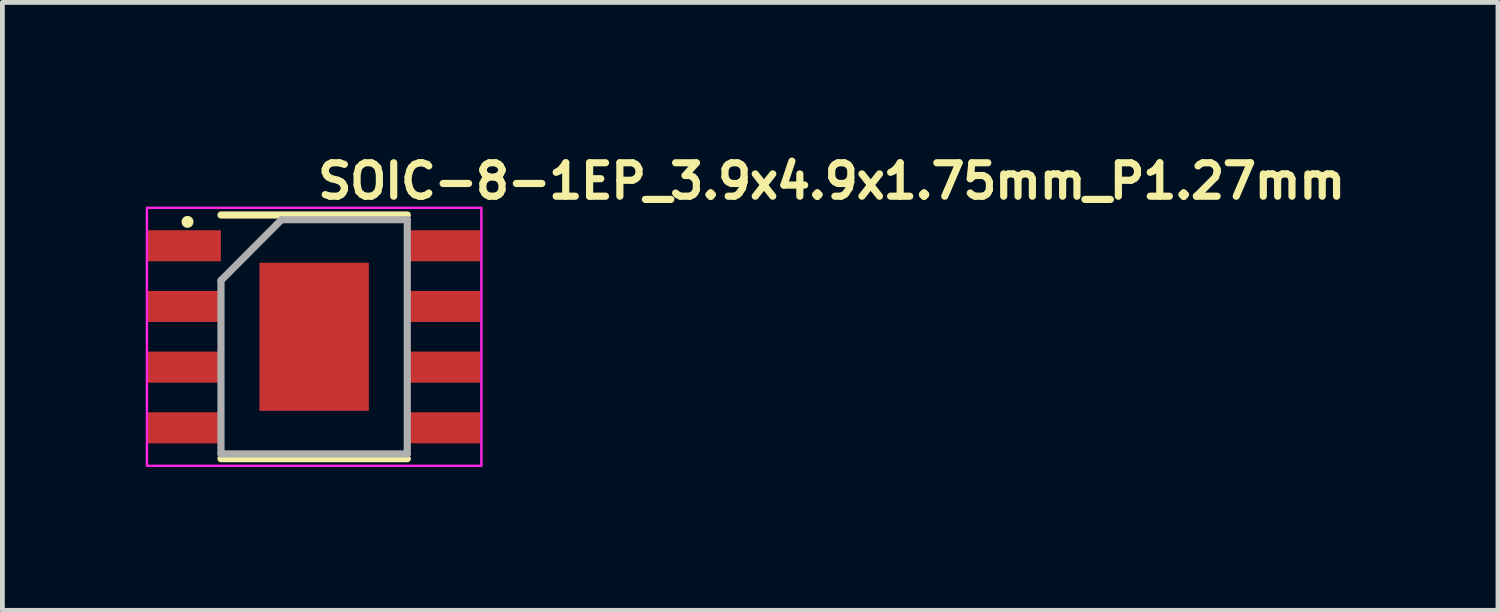
<source format=kicad_pcb>
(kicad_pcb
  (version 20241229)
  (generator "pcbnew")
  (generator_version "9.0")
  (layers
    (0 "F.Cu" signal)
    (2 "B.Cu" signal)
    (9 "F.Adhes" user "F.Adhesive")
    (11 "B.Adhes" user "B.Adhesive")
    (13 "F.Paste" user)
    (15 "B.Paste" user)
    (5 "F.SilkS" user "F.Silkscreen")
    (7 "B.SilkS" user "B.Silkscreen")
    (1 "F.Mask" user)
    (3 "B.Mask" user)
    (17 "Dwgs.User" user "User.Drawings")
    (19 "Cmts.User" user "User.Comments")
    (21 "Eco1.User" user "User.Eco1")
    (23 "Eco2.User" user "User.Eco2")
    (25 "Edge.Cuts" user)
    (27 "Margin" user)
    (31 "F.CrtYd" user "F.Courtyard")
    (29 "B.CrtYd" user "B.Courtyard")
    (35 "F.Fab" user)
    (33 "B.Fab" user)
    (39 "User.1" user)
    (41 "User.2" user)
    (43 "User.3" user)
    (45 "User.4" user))
  (footprint "SOIC-8-1EP_3.9x4.9x1.75mm_P1.27mm"
    (layer "F.Cu")
    (at 3.525 3.999)
    (property "Reference" "SOIC-8-1EP_3.9x4.9x1.75mm_P1.27mm" (at 0 -2.849 0) (layer "F.SilkS") (effects (font (size 0.7 0.7) (thickness 0.15)) (justify left bottom)))
    (attr smd)
    (fp_line (start 1.95 -2.549) (end -1.95 -2.549) (stroke (width 0.15) (type solid)) (layer "F.SilkS"))
    (fp_line (start 1.95 2.551) (end -1.95 2.551) (stroke (width 0.15) (type solid)) (layer "F.SilkS"))
    (fp_circle (center -2.65 -2.405) (end -2.6 -2.405) (stroke (width 0.15) (type solid)) (fill yes) (layer "F.SilkS"))
    (fp_rect (start -3.5 -2.7) (end 3.5 2.7) (stroke (width 0.05) (type solid)) (fill no) (layer "F.CrtYd"))
    (fp_line (start -1.95 -1.179) (end -0.683 -2.451) (stroke (width 0.15) (type solid)) (layer "F.Fab"))
    (fp_line (start -1.95 2.451) (end -1.95 -1.179) (stroke (width 0.15) (type solid)) (layer "F.Fab"))
    (fp_line (start -0.683 -2.451) (end 1.949 -2.451) (stroke (width 0.15) (type solid)) (layer "F.Fab"))
    (fp_line (start 1.949 -2.451) (end 1.949 2.451) (stroke (width 0.15) (type solid)) (layer "F.Fab"))
    (fp_line (start 1.949 2.451) (end -1.95 2.451) (stroke (width 0.15) (type solid)) (layer "F.Fab"))
    (fp_rect (start -3 -2.451) (end 2.999 2.451) (stroke (width 0.1) (type solid)) (fill no) (layer "User.5"))
    (fp_line (start -3 -2.109) (end -2.753 -2.109) (stroke (width 0.02) (type solid)) (layer "User.9"))
    (fp_line (start -3 -1.699) (end -3 -2.109) (stroke (width 0.02) (type solid)) (layer "User.9"))
    (fp_line (start -3 -1.699) (end -2.753 -1.699) (stroke (width 0.02) (type solid)) (layer "User.9"))
    (fp_line (start -3 -0.839) (end -2.753 -0.839) (stroke (width 0.02) (type solid)) (layer "User.9"))
    (fp_line (start -3 -0.429) (end -3 -0.839) (stroke (width 0.02) (type solid)) (layer "User.9"))
    (fp_line (start -3 -0.429) (end -2.753 -0.429) (stroke (width 0.02) (type solid)) (layer "User.9"))
    (fp_line (start -3 0.429) (end -2.753 0.429) (stroke (width 0.02) (type solid)) (layer "User.9"))
    (fp_line (start -3 0.839) (end -3 0.429) (stroke (width 0.02) (type solid)) (layer "User.9"))
    (fp_line (start -3 0.839) (end -2.753 0.839) (stroke (width 0.02) (type solid)) (layer "User.9"))
    (fp_line (start -3 1.7) (end -2.753 1.7) (stroke (width 0.02) (type solid)) (layer "User.9"))
    (fp_line (start -3 2.109) (end -3 1.7) (stroke (width 0.02) (type solid)) (layer "User.9"))
    (fp_line (start -3 2.109) (end -2.753 2.109) (stroke (width 0.02) (type solid)) (layer "User.9"))
    (fp_line (start -2.753 -2.109) (end -2.672 -2.109) (stroke (width 0.02) (type solid)) (layer "User.9"))
    (fp_line (start -2.753 -1.699) (end -2.672 -1.699) (stroke (width 0.02) (type solid)) (layer "User.9"))
    (fp_line (start -2.753 -0.839) (end -2.672 -0.839) (stroke (width 0.02) (type solid)) (layer "User.9"))
    (fp_line (start -2.753 -0.429) (end -2.672 -0.429) (stroke (width 0.02) (type solid)) (layer "User.9"))
    (fp_line (start -2.753 0.429) (end -2.672 0.429) (stroke (width 0.02) (type solid)) (layer "User.9"))
    (fp_line (start -2.753 0.839) (end -2.672 0.839) (stroke (width 0.02) (type solid)) (layer "User.9"))
    (fp_line (start -2.753 1.7) (end -2.672 1.7) (stroke (width 0.02) (type solid)) (layer "User.9"))
    (fp_line (start -2.753 2.109) (end -2.672 2.109) (stroke (width 0.02) (type solid)) (layer "User.9"))
    (fp_line (start -2.672 -2.109) (end -2.145 -2.109) (stroke (width 0.02) (type solid)) (layer "User.9"))
    (fp_line (start -2.672 -1.699) (end -2.145 -1.699) (stroke (width 0.02) (type solid)) (layer "User.9"))
    (fp_line (start -2.672 -0.839) (end -2.145 -0.839) (stroke (width 0.02) (type solid)) (layer "User.9"))
    (fp_line (start -2.672 -0.429) (end -2.145 -0.429) (stroke (width 0.02) (type solid)) (layer "User.9"))
    (fp_line (start -2.672 0.429) (end -2.145 0.429) (stroke (width 0.02) (type solid)) (layer "User.9"))
    (fp_line (start -2.672 0.839) (end -2.145 0.839) (stroke (width 0.02) (type solid)) (layer "User.9"))
    (fp_line (start -2.672 1.7) (end -2.145 1.7) (stroke (width 0.02) (type solid)) (layer "User.9"))
    (fp_line (start -2.672 2.109) (end -2.145 2.109) (stroke (width 0.02) (type solid)) (layer "User.9"))
    (fp_line (start -2.145 -2.109) (end -2.064 -2.109) (stroke (width 0.02) (type solid)) (layer "User.9"))
    (fp_line (start -2.145 -1.699) (end -2.064 -1.699) (stroke (width 0.02) (type solid)) (layer "User.9"))
    (fp_line (start -2.145 -0.839) (end -2.064 -0.839) (stroke (width 0.02) (type solid)) (layer "User.9"))
    (fp_line (start -2.145 -0.429) (end -2.064 -0.429) (stroke (width 0.02) (type solid)) (layer "User.9"))
    (fp_line (start -2.145 0.429) (end -2.064 0.429) (stroke (width 0.02) (type solid)) (layer "User.9"))
    (fp_line (start -2.145 0.839) (end -2.064 0.839) (stroke (width 0.02) (type solid)) (layer "User.9"))
    (fp_line (start -2.145 1.7) (end -2.064 1.7) (stroke (width 0.02) (type solid)) (layer "User.9"))
    (fp_line (start -2.145 2.109) (end -2.064 2.109) (stroke (width 0.02) (type solid)) (layer "User.9"))
    (fp_line (start -2.064 -2.109) (end -1.95 -2.109) (stroke (width 0.02) (type solid)) (layer "User.9"))
    (fp_line (start -2.064 -1.699) (end -1.95 -1.699) (stroke (width 0.02) (type solid)) (layer "User.9"))
    (fp_line (start -2.064 -0.839) (end -1.95 -0.839) (stroke (width 0.02) (type solid)) (layer "User.9"))
    (fp_line (start -2.064 -0.429) (end -1.95 -0.429) (stroke (width 0.02) (type solid)) (layer "User.9"))
    (fp_line (start -2.064 0.429) (end -1.95 0.429) (stroke (width 0.02) (type solid)) (layer "User.9"))
    (fp_line (start -2.064 0.839) (end -1.95 0.839) (stroke (width 0.02) (type solid)) (layer "User.9"))
    (fp_line (start -2.064 1.7) (end -1.95 1.7) (stroke (width 0.02) (type solid)) (layer "User.9"))
    (fp_line (start -2.064 2.109) (end -1.95 2.109) (stroke (width 0.02) (type solid)) (layer "User.9"))
    (fp_line (start -1.95 -2.451) (end -1.859 -2.358) (stroke (width 0.02) (type solid)) (layer "User.9"))
    (fp_line (start -1.95 -2.451) (end 1.949 -2.451) (stroke (width 0.02) (type solid)) (layer "User.9"))
    (fp_line (start -1.95 -1.699) (end -1.95 -2.109) (stroke (width 0.02) (type solid)) (layer "User.9"))
    (fp_line (start -1.95 -0.429) (end -1.95 -0.839) (stroke (width 0.02) (type solid)) (layer "User.9"))
    (fp_line (start -1.95 0.839) (end -1.95 0.429) (stroke (width 0.02) (type solid)) (layer "User.9"))
    (fp_line (start -1.95 2.109) (end -1.95 1.7) (stroke (width 0.02) (type solid)) (layer "User.9"))
    (fp_line (start -1.95 2.451) (end -1.95 -2.451) (stroke (width 0.02) (type solid)) (layer "User.9"))
    (fp_line (start -1.95 2.451) (end -1.859 2.359) (stroke (width 0.02) (type solid)) (layer "User.9"))
    (fp_line (start -1.95 2.451) (end 1.949 2.451) (stroke (width 0.02) (type solid)) (layer "User.9"))
    (fp_line (start -1.859 -2.358) (end -1.809 -2.309) (stroke (width 0.02) (type solid)) (layer "User.9"))
    (fp_line (start -1.859 2.359) (end -1.809 2.308) (stroke (width 0.02) (type solid)) (layer "User.9"))
    (fp_line (start -1.559 -1.84) (end -1.559 -1.828) (stroke (width 0.02) (type solid)) (layer "User.9"))
    (fp_line (start -1.559 -1.828) (end -1.559 -1.814) (stroke (width 0.02) (type solid)) (layer "User.9"))
    (fp_line (start -1.559 -1.814) (end -1.559 -1.814) (stroke (width 0.02) (type solid)) (layer "User.9"))
    (fp_line (start -1.559 -1.814) (end -1.559 -1.802) (stroke (width 0.02) (type solid)) (layer "User.9"))
    (fp_line (start -1.559 -1.802) (end -1.559 -1.791) (stroke (width 0.02) (type solid)) (layer "User.9"))
    (fp_line (start -1.559 -1.791) (end -1.557 -1.777) (stroke (width 0.02) (type solid)) (layer "User.9"))
    (fp_line (start -1.557 -1.852) (end -1.559 -1.84) (stroke (width 0.02) (type solid)) (layer "User.9"))
    (fp_line (start -1.557 -1.777) (end -1.555 -1.765) (stroke (width 0.02) (type solid)) (layer "User.9"))
    (fp_line (start -1.555 -1.864) (end -1.557 -1.852) (stroke (width 0.02) (type solid)) (layer "User.9"))
    (fp_line (start -1.555 -1.765) (end -1.553 -1.755) (stroke (width 0.02) (type solid)) (layer "User.9"))
    (fp_line (start -1.553 -1.876) (end -1.555 -1.864) (stroke (width 0.02) (type solid)) (layer "User.9"))
    (fp_line (start -1.553 -1.755) (end -1.549 -1.743) (stroke (width 0.02) (type solid)) (layer "User.9"))
    (fp_line (start -1.549 -1.888) (end -1.553 -1.876) (stroke (width 0.02) (type solid)) (layer "User.9"))
    (fp_line (start -1.549 -1.743) (end -1.545 -1.731) (stroke (width 0.02) (type solid)) (layer "User.9"))
    (fp_line (start -1.545 -1.898) (end -1.549 -1.888) (stroke (width 0.02) (type solid)) (layer "User.9"))
    (fp_line (start -1.545 -1.731) (end -1.541 -1.721) (stroke (width 0.02) (type solid)) (layer "User.9"))
    (fp_line (start -1.541 -1.91) (end -1.545 -1.898) (stroke (width 0.02) (type solid)) (layer "User.9"))
    (fp_line (start -1.541 -1.721) (end -1.536 -1.709) (stroke (width 0.02) (type solid)) (layer "User.9"))
    (fp_line (start -1.536 -1.921) (end -1.541 -1.91) (stroke (width 0.02) (type solid)) (layer "User.9"))
    (fp_line (start -1.536 -1.709) (end -1.53 -1.699) (stroke (width 0.02) (type solid)) (layer "User.9"))
    (fp_line (start -1.53 -1.931) (end -1.536 -1.921) (stroke (width 0.02) (type solid)) (layer "User.9"))
    (fp_line (start -1.53 -1.699) (end -1.524 -1.689) (stroke (width 0.02) (type solid)) (layer "User.9"))
    (fp_line (start -1.524 -1.941) (end -1.53 -1.931) (stroke (width 0.02) (type solid)) (layer "User.9"))
    (fp_line (start -1.524 -1.689) (end -1.518 -1.679) (stroke (width 0.02) (type solid)) (layer "User.9"))
    (fp_line (start -1.518 -1.951) (end -1.524 -1.941) (stroke (width 0.02) (type solid)) (layer "User.9"))
    (fp_line (start -1.518 -1.679) (end -1.512 -1.669) (stroke (width 0.02) (type solid)) (layer "User.9"))
    (fp_line (start -1.512 -1.961) (end -1.518 -1.951) (stroke (width 0.02) (type solid)) (layer "User.9"))
    (fp_line (start -1.512 -1.669) (end -1.504 -1.66) (stroke (width 0.02) (type solid)) (layer "User.9"))
    (fp_line (start -1.504 -1.971) (end -1.512 -1.961) (stroke (width 0.02) (type solid)) (layer "User.9"))
    (fp_line (start -1.504 -1.66) (end -1.496 -1.652) (stroke (width 0.02) (type solid)) (layer "User.9"))
    (fp_line (start -1.496 -1.979) (end -1.504 -1.971) (stroke (width 0.02) (type solid)) (layer "User.9"))
    (fp_line (start -1.496 -1.652) (end -1.488 -1.642) (stroke (width 0.02) (type solid)) (layer "User.9"))
    (fp_line (start -1.488 -1.987) (end -1.496 -1.979) (stroke (width 0.02) (type solid)) (layer "User.9"))
    (fp_line (start -1.488 -1.642) (end -1.48 -1.634) (stroke (width 0.02) (type solid)) (layer "User.9"))
    (fp_line (start -1.48 -1.995) (end -1.488 -1.987) (stroke (width 0.02) (type solid)) (layer "User.9"))
    (fp_line (start -1.48 -1.634) (end -1.472 -1.626) (stroke (width 0.02) (type solid)) (layer "User.9"))
    (fp_line (start -1.472 -2.003) (end -1.48 -1.995) (stroke (width 0.02) (type solid)) (layer "User.9"))
    (fp_line (start -1.472 -1.626) (end -1.462 -1.62) (stroke (width 0.02) (type solid)) (layer "User.9"))
    (fp_line (start -1.462 -2.011) (end -1.472 -2.003) (stroke (width 0.02) (type solid)) (layer "User.9"))
    (fp_line (start -1.462 -1.62) (end -1.452 -1.612) (stroke (width 0.02) (type solid)) (layer "User.9"))
    (fp_line (start -1.452 -2.018) (end -1.462 -2.011) (stroke (width 0.02) (type solid)) (layer "User.9"))
    (fp_line (start -1.452 -1.612) (end -1.442 -1.606) (stroke (width 0.02) (type solid)) (layer "User.9"))
    (fp_line (start -1.442 -2.023) (end -1.452 -2.018) (stroke (width 0.02) (type solid)) (layer "User.9"))
    (fp_line (start -1.442 -1.606) (end -1.432 -1.6) (stroke (width 0.02) (type solid)) (layer "User.9"))
    (fp_line (start -1.432 -2.03) (end -1.442 -2.023) (stroke (width 0.02) (type solid)) (layer "User.9"))
    (fp_line (start -1.432 -1.6) (end -1.422 -1.596) (stroke (width 0.02) (type solid)) (layer "User.9"))
    (fp_line (start -1.422 -2.035) (end -1.432 -2.03) (stroke (width 0.02) (type solid)) (layer "User.9"))
    (fp_line (start -1.422 -1.596) (end -1.41 -1.59) (stroke (width 0.02) (type solid)) (layer "User.9"))
    (fp_line (start -1.41 -2.039) (end -1.422 -2.035) (stroke (width 0.02) (type solid)) (layer "User.9"))
    (fp_line (start -1.41 -1.59) (end -1.399 -1.586) (stroke (width 0.02) (type solid)) (layer "User.9"))
    (fp_line (start -1.399 -2.043) (end -1.41 -2.039) (stroke (width 0.02) (type solid)) (layer "User.9"))
    (fp_line (start -1.399 -1.586) (end -1.389 -1.582) (stroke (width 0.02) (type solid)) (layer "User.9"))
    (fp_line (start -1.389 -2.047) (end -1.399 -2.043) (stroke (width 0.02) (type solid)) (layer "User.9"))
    (fp_line (start -1.389 -1.582) (end -1.377 -1.578) (stroke (width 0.02) (type solid)) (layer "User.9"))
    (fp_line (start -1.377 -2.052) (end -1.389 -2.047) (stroke (width 0.02) (type solid)) (layer "User.9"))
    (fp_line (start -1.377 -1.578) (end -1.365 -1.576) (stroke (width 0.02) (type solid)) (layer "User.9"))
    (fp_line (start -1.365 -2.053) (end -1.377 -2.052) (stroke (width 0.02) (type solid)) (layer "User.9"))
    (fp_line (start -1.365 -1.576) (end -1.353 -1.574) (stroke (width 0.02) (type solid)) (layer "User.9"))
    (fp_line (start -1.353 -2.056) (end -1.365 -2.053) (stroke (width 0.02) (type solid)) (layer "User.9"))
    (fp_line (start -1.353 -1.574) (end -1.341 -1.572) (stroke (width 0.02) (type solid)) (layer "User.9"))
    (fp_line (start -1.341 -2.057) (end -1.353 -2.056) (stroke (width 0.02) (type solid)) (layer "User.9"))
    (fp_line (start -1.341 -1.572) (end -1.329 -1.572) (stroke (width 0.02) (type solid)) (layer "User.9"))
    (fp_line (start -1.329 -2.059) (end -1.341 -2.057) (stroke (width 0.02) (type solid)) (layer "User.9"))
    (fp_line (start -1.329 -1.572) (end -1.315 -1.572) (stroke (width 0.02) (type solid)) (layer "User.9"))
    (fp_line (start -1.315 -2.059) (end -1.329 -2.059) (stroke (width 0.02) (type solid)) (layer "User.9"))
    (fp_line (start -1.315 -2.059) (end -1.315 -2.059) (stroke (width 0.02) (type solid)) (layer "User.9"))
    (fp_line (start -1.315 -1.572) (end -1.315 -1.572) (stroke (width 0.02) (type solid)) (layer "User.9"))
    (fp_line (start -1.315 -1.572) (end -1.303 -1.572) (stroke (width 0.02) (type solid)) (layer "User.9"))
    (fp_line (start -1.303 -2.059) (end -1.315 -2.059) (stroke (width 0.02) (type solid)) (layer "User.9"))
    (fp_line (start -1.303 -1.572) (end -1.291 -1.572) (stroke (width 0.02) (type solid)) (layer "User.9"))
    (fp_line (start -1.291 -2.057) (end -1.303 -2.059) (stroke (width 0.02) (type solid)) (layer "User.9"))
    (fp_line (start -1.291 -1.572) (end -1.278 -1.574) (stroke (width 0.02) (type solid)) (layer "User.9"))
    (fp_line (start -1.278 -2.056) (end -1.291 -2.057) (stroke (width 0.02) (type solid)) (layer "User.9"))
    (fp_line (start -1.278 -1.574) (end -1.266 -1.576) (stroke (width 0.02) (type solid)) (layer "User.9"))
    (fp_line (start -1.266 -2.053) (end -1.278 -2.056) (stroke (width 0.02) (type solid)) (layer "User.9"))
    (fp_line (start -1.266 -1.576) (end -1.256 -1.578) (stroke (width 0.02) (type solid)) (layer "User.9"))
    (fp_line (start -1.256 -2.052) (end -1.266 -2.053) (stroke (width 0.02) (type solid)) (layer "User.9"))
    (fp_line (start -1.256 -1.578) (end -1.244 -1.582) (stroke (width 0.02) (type solid)) (layer "User.9"))
    (fp_line (start -1.244 -2.047) (end -1.256 -2.052) (stroke (width 0.02) (type solid)) (layer "User.9"))
    (fp_line (start -1.244 -1.582) (end -1.232 -1.586) (stroke (width 0.02) (type solid)) (layer "User.9"))
    (fp_line (start -1.232 -2.043) (end -1.244 -2.047) (stroke (width 0.02) (type solid)) (layer "User.9"))
    (fp_line (start -1.232 -1.586) (end -1.222 -1.59) (stroke (width 0.02) (type solid)) (layer "User.9"))
    (fp_line (start -1.222 -2.039) (end -1.232 -2.043) (stroke (width 0.02) (type solid)) (layer "User.9"))
    (fp_line (start -1.222 -1.59) (end -1.21 -1.596) (stroke (width 0.02) (type solid)) (layer "User.9"))
    (fp_line (start -1.21 -2.035) (end -1.222 -2.039) (stroke (width 0.02) (type solid)) (layer "User.9"))
    (fp_line (start -1.21 -1.596) (end -1.2 -1.6) (stroke (width 0.02) (type solid)) (layer "User.9"))
    (fp_line (start -1.2 -2.03) (end -1.21 -2.035) (stroke (width 0.02) (type solid)) (layer "User.9"))
    (fp_line (start -1.2 -1.6) (end -1.19 -1.606) (stroke (width 0.02) (type solid)) (layer "User.9"))
    (fp_line (start -1.19 -2.023) (end -1.2 -2.03) (stroke (width 0.02) (type solid)) (layer "User.9"))
    (fp_line (start -1.19 -1.606) (end -1.18 -1.612) (stroke (width 0.02) (type solid)) (layer "User.9"))
    (fp_line (start -1.18 -2.018) (end -1.19 -2.023) (stroke (width 0.02) (type solid)) (layer "User.9"))
    (fp_line (start -1.18 -1.612) (end -1.17 -1.62) (stroke (width 0.02) (type solid)) (layer "User.9"))
    (fp_line (start -1.17 -2.011) (end -1.18 -2.018) (stroke (width 0.02) (type solid)) (layer "User.9"))
    (fp_line (start -1.17 -1.62) (end -1.16 -1.626) (stroke (width 0.02) (type solid)) (layer "User.9"))
    (fp_line (start -1.16 -2.003) (end -1.17 -2.011) (stroke (width 0.02) (type solid)) (layer "User.9"))
    (fp_line (start -1.16 -1.626) (end -1.153 -1.634) (stroke (width 0.02) (type solid)) (layer "User.9"))
    (fp_line (start -1.153 -1.995) (end -1.16 -2.003) (stroke (width 0.02) (type solid)) (layer "User.9"))
    (fp_line (start -1.153 -1.634) (end -1.143 -1.642) (stroke (width 0.02) (type solid)) (layer "User.9"))
    (fp_line (start -1.143 -1.987) (end -1.153 -1.995) (stroke (width 0.02) (type solid)) (layer "User.9"))
    (fp_line (start -1.143 -1.642) (end -1.135 -1.652) (stroke (width 0.02) (type solid)) (layer "User.9"))
    (fp_line (start -1.135 -1.979) (end -1.143 -1.987) (stroke (width 0.02) (type solid)) (layer "User.9"))
    (fp_line (start -1.135 -1.652) (end -1.127 -1.66) (stroke (width 0.02) (type solid)) (layer "User.9"))
    (fp_line (start -1.127 -1.971) (end -1.135 -1.979) (stroke (width 0.02) (type solid)) (layer "User.9"))
    (fp_line (start -1.127 -1.66) (end -1.121 -1.669) (stroke (width 0.02) (type solid)) (layer "User.9"))
    (fp_line (start -1.121 -1.961) (end -1.127 -1.971) (stroke (width 0.02) (type solid)) (layer "User.9"))
    (fp_line (start -1.121 -1.669) (end -1.113 -1.679) (stroke (width 0.02) (type solid)) (layer "User.9"))
    (fp_line (start -1.113 -1.951) (end -1.121 -1.961) (stroke (width 0.02) (type solid)) (layer "User.9"))
    (fp_line (start -1.113 -1.679) (end -1.107 -1.689) (stroke (width 0.02) (type solid)) (layer "User.9"))
    (fp_line (start -1.107 -1.941) (end -1.113 -1.951) (stroke (width 0.02) (type solid)) (layer "User.9"))
    (fp_line (start -1.107 -1.689) (end -1.101 -1.699) (stroke (width 0.02) (type solid)) (layer "User.9"))
    (fp_line (start -1.101 -1.931) (end -1.107 -1.941) (stroke (width 0.02) (type solid)) (layer "User.9"))
    (fp_line (start -1.101 -1.699) (end -1.097 -1.709) (stroke (width 0.02) (type solid)) (layer "User.9"))
    (fp_line (start -1.097 -1.921) (end -1.101 -1.931) (stroke (width 0.02) (type solid)) (layer "User.9"))
    (fp_line (start -1.097 -1.709) (end -1.091 -1.721) (stroke (width 0.02) (type solid)) (layer "User.9"))
    (fp_line (start -1.091 -1.91) (end -1.097 -1.921) (stroke (width 0.02) (type solid)) (layer "User.9"))
    (fp_line (start -1.091 -1.721) (end -1.087 -1.731) (stroke (width 0.02) (type solid)) (layer "User.9"))
    (fp_line (start -1.087 -1.898) (end -1.091 -1.91) (stroke (width 0.02) (type solid)) (layer "User.9"))
    (fp_line (start -1.087 -1.731) (end -1.083 -1.743) (stroke (width 0.02) (type solid)) (layer "User.9"))
    (fp_line (start -1.083 -1.888) (end -1.087 -1.898) (stroke (width 0.02) (type solid)) (layer "User.9"))
    (fp_line (start -1.083 -1.743) (end -1.079 -1.755) (stroke (width 0.02) (type solid)) (layer "User.9"))
    (fp_line (start -1.079 -1.876) (end -1.083 -1.888) (stroke (width 0.02) (type solid)) (layer "User.9"))
    (fp_line (start -1.079 -1.755) (end -1.077 -1.765) (stroke (width 0.02) (type solid)) (layer "User.9"))
    (fp_line (start -1.077 -1.864) (end -1.079 -1.876) (stroke (width 0.02) (type solid)) (layer "User.9"))
    (fp_line (start -1.077 -1.765) (end -1.075 -1.777) (stroke (width 0.02) (type solid)) (layer "User.9"))
    (fp_line (start -1.075 -1.852) (end -1.077 -1.864) (stroke (width 0.02) (type solid)) (layer "User.9"))
    (fp_line (start -1.075 -1.777) (end -1.073 -1.791) (stroke (width 0.02) (type solid)) (layer "User.9"))
    (fp_line (start -1.073 -1.84) (end -1.075 -1.852) (stroke (width 0.02) (type solid)) (layer "User.9"))
    (fp_line (start -1.073 -1.828) (end -1.073 -1.84) (stroke (width 0.02) (type solid)) (layer "User.9"))
    (fp_line (start -1.073 -1.814) (end -1.073 -1.828) (stroke (width 0.02) (type solid)) (layer "User.9"))
    (fp_line (start -1.073 -1.814) (end -1.073 -1.814) (stroke (width 0.02) (type solid)) (layer "User.9"))
    (fp_line (start -1.073 -1.814) (end -1.073 -1.814) (stroke (width 0.02) (type solid)) (layer "User.9"))
    (fp_line (start -1.073 -1.802) (end -1.073 -1.814) (stroke (width 0.02) (type solid)) (layer "User.9"))
    (fp_line (start -1.073 -1.791) (end -1.073 -1.802) (stroke (width 0.02) (type solid)) (layer "User.9"))
    (fp_line (start 1.808 -2.309) (end 1.858 -2.358) (stroke (width 0.02) (type solid)) (layer "User.9"))
    (fp_line (start 1.858 2.359) (end 1.808 2.308) (stroke (width 0.02) (type solid)) (layer "User.9"))
    (fp_line (start 1.949 -2.451) (end 1.858 -2.358) (stroke (width 0.02) (type solid)) (layer "User.9"))
    (fp_line (start 1.949 -2.109) (end 2.061 -2.109) (stroke (width 0.02) (type solid)) (layer "User.9"))
    (fp_line (start 1.949 -1.699) (end 1.949 -2.109) (stroke (width 0.02) (type solid)) (layer "User.9"))
    (fp_line (start 1.949 -1.699) (end 2.061 -1.699) (stroke (width 0.02) (type solid)) (layer "User.9"))
    (fp_line (start 1.949 -0.839) (end 2.061 -0.839) (stroke (width 0.02) (type solid)) (layer "User.9"))
    (fp_line (start 1.949 -0.429) (end 1.949 -0.839) (stroke (width 0.02) (type solid)) (layer "User.9"))
    (fp_line (start 1.949 -0.429) (end 2.061 -0.429) (stroke (width 0.02) (type solid)) (layer "User.9"))
    (fp_line (start 1.949 0.429) (end 2.061 0.429) (stroke (width 0.02) (type solid)) (layer "User.9"))
    (fp_line (start 1.949 0.839) (end 1.949 0.429) (stroke (width 0.02) (type solid)) (layer "User.9"))
    (fp_line (start 1.949 0.839) (end 2.061 0.839) (stroke (width 0.02) (type solid)) (layer "User.9"))
    (fp_line (start 1.949 1.7) (end 2.061 1.7) (stroke (width 0.02) (type solid)) (layer "User.9"))
    (fp_line (start 1.949 2.109) (end 1.949 1.7) (stroke (width 0.02) (type solid)) (layer "User.9"))
    (fp_line (start 1.949 2.109) (end 2.061 2.109) (stroke (width 0.02) (type solid)) (layer "User.9"))
    (fp_line (start 1.949 2.451) (end 1.858 2.359) (stroke (width 0.02) (type solid)) (layer "User.9"))
    (fp_line (start 1.949 2.451) (end 1.949 -2.451) (stroke (width 0.02) (type solid)) (layer "User.9"))
    (fp_line (start 2.143 -2.109) (end 2.061 -2.109) (stroke (width 0.02) (type solid)) (layer "User.9"))
    (fp_line (start 2.143 -1.699) (end 2.061 -1.699) (stroke (width 0.02) (type solid)) (layer "User.9"))
    (fp_line (start 2.143 -0.839) (end 2.061 -0.839) (stroke (width 0.02) (type solid)) (layer "User.9"))
    (fp_line (start 2.143 -0.429) (end 2.061 -0.429) (stroke (width 0.02) (type solid)) (layer "User.9"))
    (fp_line (start 2.143 0.429) (end 2.061 0.429) (stroke (width 0.02) (type solid)) (layer "User.9"))
    (fp_line (start 2.143 0.839) (end 2.061 0.839) (stroke (width 0.02) (type solid)) (layer "User.9"))
    (fp_line (start 2.143 1.7) (end 2.061 1.7) (stroke (width 0.02) (type solid)) (layer "User.9"))
    (fp_line (start 2.143 2.109) (end 2.061 2.109) (stroke (width 0.02) (type solid)) (layer "User.9"))
    (fp_line (start 2.669 -2.109) (end 2.143 -2.109) (stroke (width 0.02) (type solid)) (layer "User.9"))
    (fp_line (start 2.669 -1.699) (end 2.143 -1.699) (stroke (width 0.02) (type solid)) (layer "User.9"))
    (fp_line (start 2.669 -0.839) (end 2.143 -0.839) (stroke (width 0.02) (type solid)) (layer "User.9"))
    (fp_line (start 2.669 -0.429) (end 2.143 -0.429) (stroke (width 0.02) (type solid)) (layer "User.9"))
    (fp_line (start 2.669 0.429) (end 2.143 0.429) (stroke (width 0.02) (type solid)) (layer "User.9"))
    (fp_line (start 2.669 0.839) (end 2.143 0.839) (stroke (width 0.02) (type solid)) (layer "User.9"))
    (fp_line (start 2.669 1.7) (end 2.143 1.7) (stroke (width 0.02) (type solid)) (layer "User.9"))
    (fp_line (start 2.669 2.109) (end 2.143 2.109) (stroke (width 0.02) (type solid)) (layer "User.9"))
    (fp_line (start 2.75 -2.109) (end 2.669 -2.109) (stroke (width 0.02) (type solid)) (layer "User.9"))
    (fp_line (start 2.75 -2.109) (end 2.999 -2.109) (stroke (width 0.02) (type solid)) (layer "User.9"))
    (fp_line (start 2.75 -1.699) (end 2.669 -1.699) (stroke (width 0.02) (type solid)) (layer "User.9"))
    (fp_line (start 2.75 -1.699) (end 2.999 -1.699) (stroke (width 0.02) (type solid)) (layer "User.9"))
    (fp_line (start 2.75 -0.839) (end 2.669 -0.839) (stroke (width 0.02) (type solid)) (layer "User.9"))
    (fp_line (start 2.75 -0.839) (end 2.999 -0.839) (stroke (width 0.02) (type solid)) (layer "User.9"))
    (fp_line (start 2.75 -0.429) (end 2.669 -0.429) (stroke (width 0.02) (type solid)) (layer "User.9"))
    (fp_line (start 2.75 -0.429) (end 2.999 -0.429) (stroke (width 0.02) (type solid)) (layer "User.9"))
    (fp_line (start 2.75 0.429) (end 2.669 0.429) (stroke (width 0.02) (type solid)) (layer "User.9"))
    (fp_line (start 2.75 0.429) (end 2.999 0.429) (stroke (width 0.02) (type solid)) (layer "User.9"))
    (fp_line (start 2.75 0.839) (end 2.669 0.839) (stroke (width 0.02) (type solid)) (layer "User.9"))
    (fp_line (start 2.75 0.839) (end 2.999 0.839) (stroke (width 0.02) (type solid)) (layer "User.9"))
    (fp_line (start 2.75 1.7) (end 2.669 1.7) (stroke (width 0.02) (type solid)) (layer "User.9"))
    (fp_line (start 2.75 1.7) (end 2.999 1.7) (stroke (width 0.02) (type solid)) (layer "User.9"))
    (fp_line (start 2.75 2.109) (end 2.669 2.109) (stroke (width 0.02) (type solid)) (layer "User.9"))
    (fp_line (start 2.75 2.109) (end 2.999 2.109) (stroke (width 0.02) (type solid)) (layer "User.9"))
    (fp_line (start 2.999 -1.699) (end 2.999 -2.109) (stroke (width 0.02) (type solid)) (layer "User.9"))
    (fp_line (start 2.999 -0.429) (end 2.999 -0.839) (stroke (width 0.02) (type solid)) (layer "User.9"))
    (fp_line (start 2.999 0.839) (end 2.999 0.429) (stroke (width 0.02) (type solid)) (layer "User.9"))
    (fp_line (start 2.999 2.109) (end 2.999 1.7) (stroke (width 0.02) (type solid)) (layer "User.9"))
    (pad "1" smd rect (at -2.715 -1.905 90) (size 0.65 1.525) (layers "F.Cu" "F.Mask" "F.Paste"))
    (pad "2" smd rect (at -2.715 -0.635 90) (size 0.65 1.525) (layers "F.Cu" "F.Mask" "F.Paste"))
    (pad "3" smd rect (at -2.715 0.635 90) (size 0.65 1.525) (layers "F.Cu" "F.Mask" "F.Paste"))
    (pad "4" smd rect (at -2.715 1.905 90) (size 0.65 1.525) (layers "F.Cu" "F.Mask" "F.Paste"))
    (pad "5" smd rect (at 2.71 1.905 90) (size 0.65 1.525) (layers "F.Cu" "F.Mask" "F.Paste"))
    (pad "6" smd rect (at 2.71 0.635 90) (size 0.65 1.525) (layers "F.Cu" "F.Mask" "F.Paste"))
    (pad "7" smd rect (at 2.71 -0.635 90) (size 0.65 1.525) (layers "F.Cu" "F.Mask" "F.Paste"))
    (pad "8" smd rect (at 2.71 -1.905 90) (size 0.65 1.525) (layers "F.Cu" "F.Mask" "F.Paste"))
    (pad "9" smd rect (at 0 0) (size 2.29 3.1) (layers "F.Cu" "F.Mask" "F.Paste")))
  (gr_rect
    (start -3 -3)
    (end 28.302 9.724)
    (stroke (width 0.1) (type default))
    (fill no)
    (layer "Edge.Cuts")))
</source>
